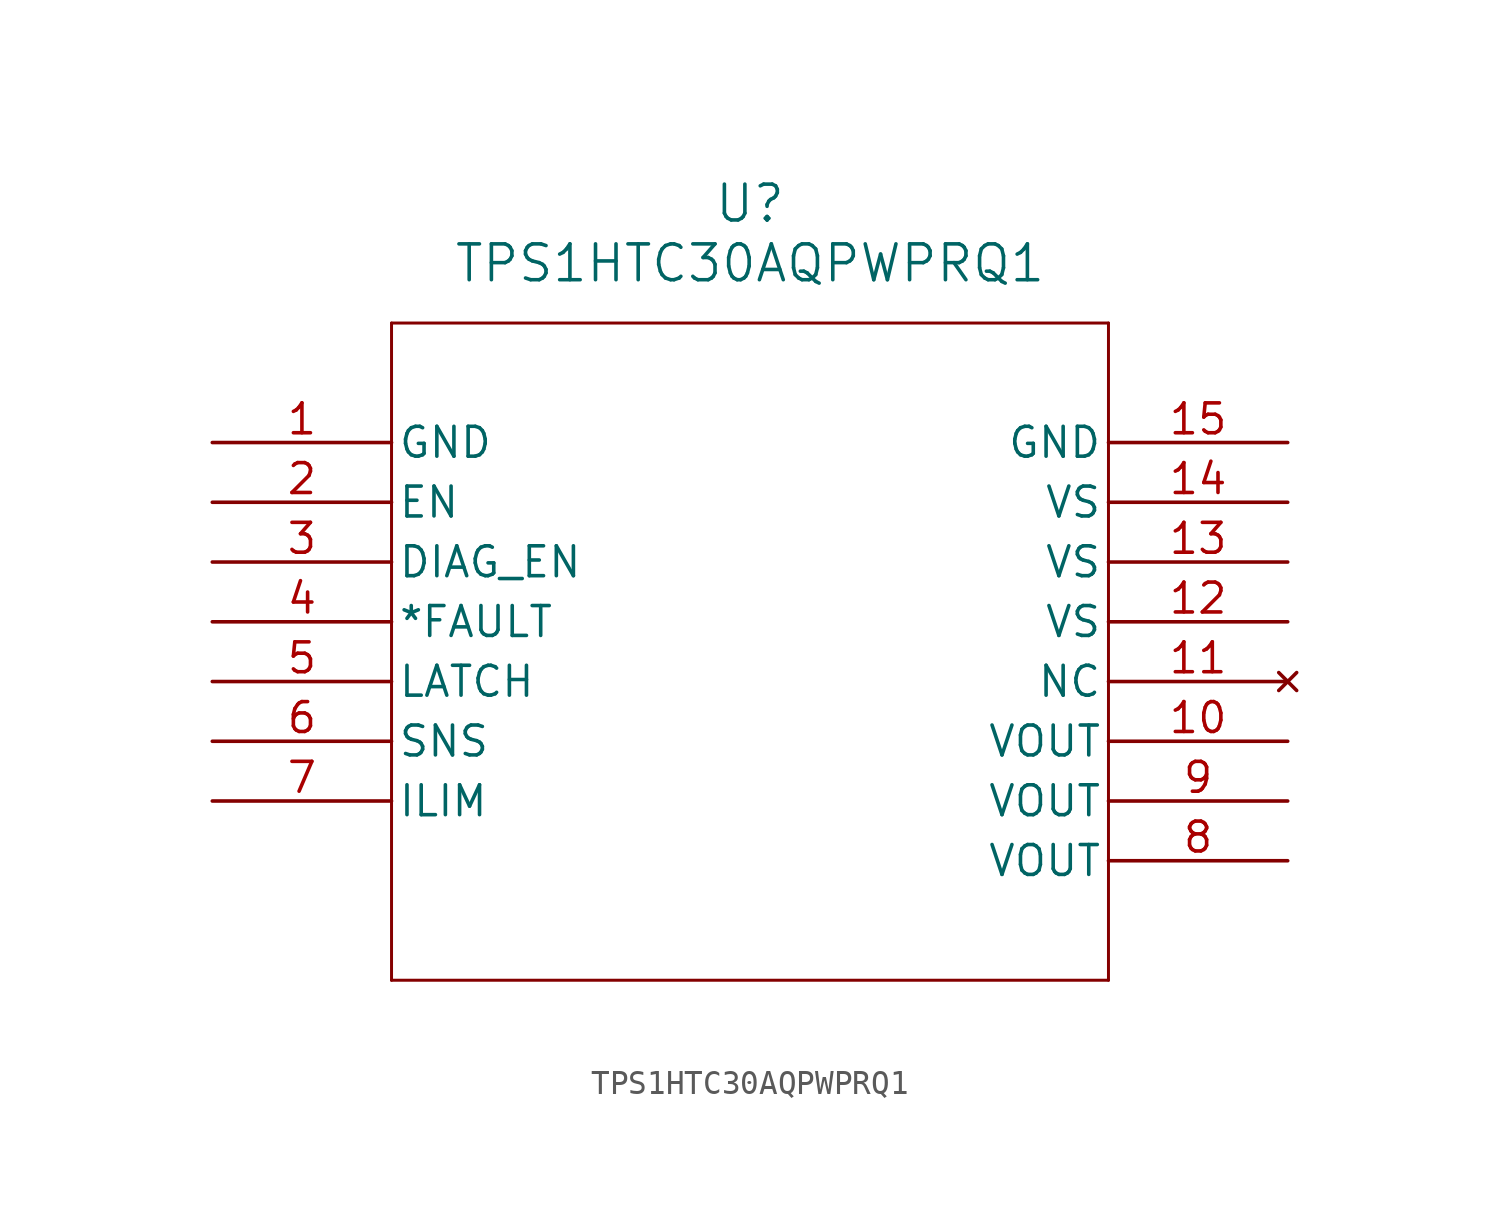
<source format=kicad_sym>
(kicad_symbol_lib
  (version 20211014)
  (generator kicad_symbol_editor)
  (symbol "TPS1HTC30AQPWPRQ1"
    (pin_names
      (offset 0.254))
    (property "Reference" "U"
      (at 22.86 10.16 0)
      (effects (font (size 1.524 1.524))))
    (property "Value" "TPS1HTC30AQPWPRQ1"
      (at 22.86 7.62 0)
      (effects (font (size 1.524 1.524))))
    (symbol "TPS1HTC30AQPWPRQ1_0_1"
      (polyline (pts (xy 7.62 5.08) (xy 7.62 -22.86)) (stroke (width 0.127) (type default) (color 0 0 0 0)) (fill (type none)))
      (polyline (pts (xy 7.62 -22.86) (xy 38.1 -22.86)) (stroke (width 0.127) (type default) (color 0 0 0 0)) (fill (type none)))
      (polyline (pts (xy 38.1 -22.86) (xy 38.1 5.08)) (stroke (width 0.127) (type default) (color 0 0 0 0)) (fill (type none)))
      (polyline (pts (xy 38.1 5.08) (xy 7.62 5.08)) (stroke (width 0.127) (type default) (color 0 0 0 0)) (fill (type none)))
      (pin power_out line (at 0 0 0) (length 7.62) (name "GND" (effects (font (size 1.27 1.27)))) (number "1" (effects (font (size 1.27 1.27)))))
      (pin input line (at 0 -2.54 0) (length 7.62) (name "EN" (effects (font (size 1.27 1.27)))) (number "2" (effects (font (size 1.27 1.27)))))
      (pin input line (at 0 -5.08 0) (length 7.62) (name "DIAG_EN" (effects (font (size 1.27 1.27)))) (number "3" (effects (font (size 1.27 1.27)))))
      (pin output line (at 0 -7.62 0) (length 7.62) (name "*FAULT" (effects (font (size 1.27 1.27)))) (number "4" (effects (font (size 1.27 1.27)))))
      (pin input line (at 0 -10.16 0) (length 7.62) (name "LATCH" (effects (font (size 1.27 1.27)))) (number "5" (effects (font (size 1.27 1.27)))))
      (pin output line (at 0 -12.7 0) (length 7.62) (name "SNS" (effects (font (size 1.27 1.27)))) (number "6" (effects (font (size 1.27 1.27)))))
      (pin output line (at 0 -15.24 0) (length 7.62) (name "ILIM" (effects (font (size 1.27 1.27)))) (number "7" (effects (font (size 1.27 1.27)))))
      (pin power_in line (at 45.72 -17.78 180) (length 7.62) (name "VOUT" (effects (font (size 1.27 1.27)))) (number "8" (effects (font (size 1.27 1.27)))))
      (pin power_in line (at 45.72 -15.24 180) (length 7.62) (name "VOUT" (effects (font (size 1.27 1.27)))) (number "9" (effects (font (size 1.27 1.27)))))
      (pin power_in line (at 45.72 -12.7 180) (length 7.62) (name "VOUT" (effects (font (size 1.27 1.27)))) (number "10" (effects (font (size 1.27 1.27)))))
      (pin no_connect line (at 45.72 -10.16 180) (length 7.62) (name "NC" (effects (font (size 1.27 1.27)))) (number "11" (effects (font (size 1.27 1.27)))))
      (pin power_in line (at 45.72 -7.62 180) (length 7.62) (name "VS" (effects (font (size 1.27 1.27)))) (number "12" (effects (font (size 1.27 1.27)))))
      (pin power_in line (at 45.72 -5.08 180) (length 7.62) (name "VS" (effects (font (size 1.27 1.27)))) (number "13" (effects (font (size 1.27 1.27)))))
      (pin power_in line (at 45.72 -2.54 180) (length 7.62) (name "VS" (effects (font (size 1.27 1.27)))) (number "14" (effects (font (size 1.27 1.27)))))
      (pin power_out line (at 45.72 0 180) (length 7.62) (name "GND" (effects (font (size 1.27 1.27)))) (number "15" (effects (font (size 1.27 1.27))))))))
</source>
